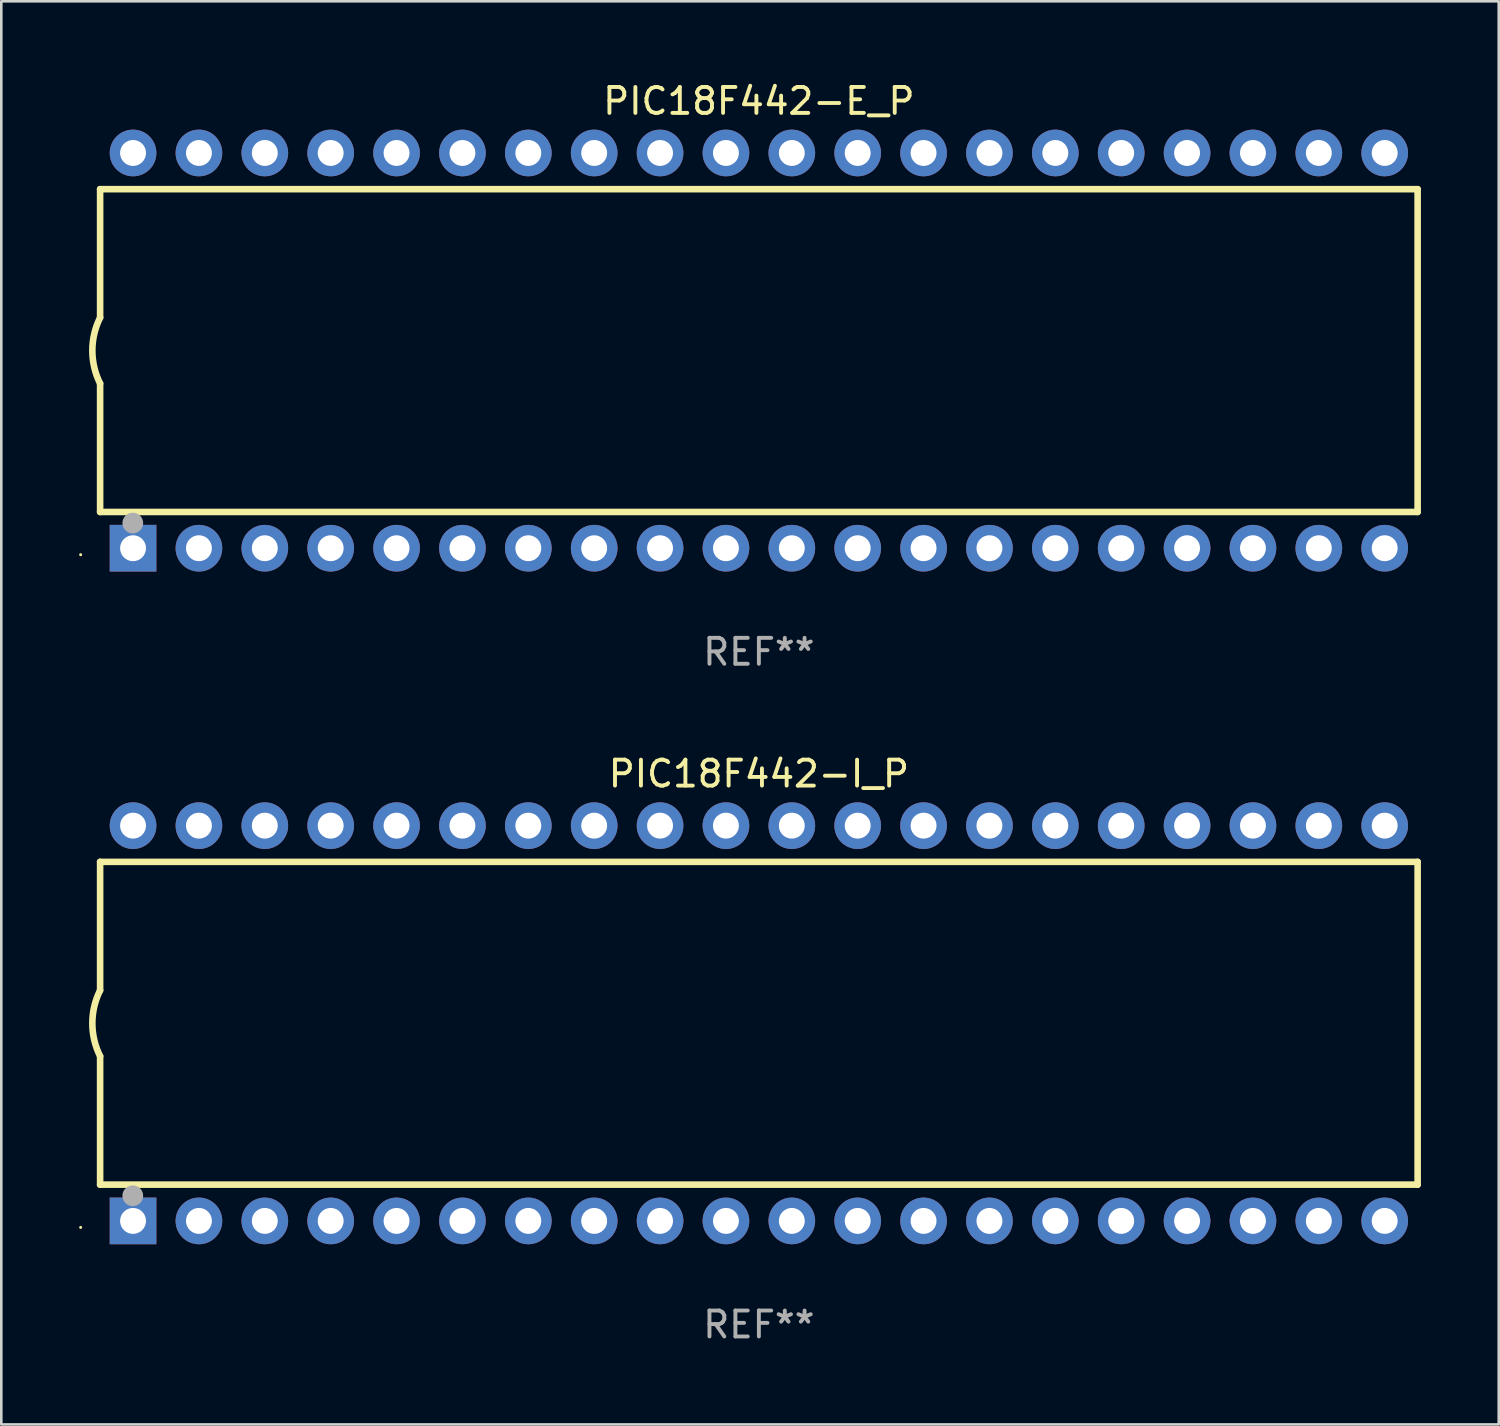
<source format=kicad_pcb>
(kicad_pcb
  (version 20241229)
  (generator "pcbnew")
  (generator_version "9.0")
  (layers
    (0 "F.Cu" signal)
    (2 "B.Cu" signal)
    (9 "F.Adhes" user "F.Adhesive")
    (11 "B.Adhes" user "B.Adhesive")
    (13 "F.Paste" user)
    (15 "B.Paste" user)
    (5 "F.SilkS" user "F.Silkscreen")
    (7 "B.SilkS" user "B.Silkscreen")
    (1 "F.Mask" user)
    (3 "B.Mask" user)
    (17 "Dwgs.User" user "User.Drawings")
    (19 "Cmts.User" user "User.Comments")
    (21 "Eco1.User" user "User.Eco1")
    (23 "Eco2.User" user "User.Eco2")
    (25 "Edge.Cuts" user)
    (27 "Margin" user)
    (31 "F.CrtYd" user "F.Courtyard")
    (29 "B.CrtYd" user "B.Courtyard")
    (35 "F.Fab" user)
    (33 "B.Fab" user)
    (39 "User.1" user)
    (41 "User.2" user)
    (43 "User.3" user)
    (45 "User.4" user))
  (footprint "PIC18F442-E_P"
    (layer "F.Cu")
    (at 26.21 10.468)
    (property "Reference" "PIC18F442-E_P" (at 0 -9.62 0) (layer "F.SilkS") (effects (font (size 1 1) (thickness 0.15))))
    (attr through_hole)
    (fp_line (start -25.4 -6.224) (end -25.4 -1.271) (stroke (width 0.254) (type solid)) (layer "F.SilkS"))
    (fp_line (start -25.4 -6.224) (end 25.4 -6.224) (stroke (width 0.254) (type solid)) (layer "F.SilkS"))
    (fp_line (start -25.4 1.269) (end -25.4 6.222) (stroke (width 0.254) (type solid)) (layer "F.SilkS"))
    (fp_line (start -25.4 6.222) (end 25.4 6.222) (stroke (width 0.254) (type solid)) (layer "F.SilkS"))
    (fp_line (start 25.4 6.222) (end 25.4 -6.224) (stroke (width 0.254) (type solid)) (layer "F.SilkS"))
    (fp_arc (start -25.4 1.269241) (mid -25.699807 -0.000762) (end -25.4 -1.270765) (stroke (width 0.254001) (type solid)) (layer "F.SilkS"))
    (fp_circle (center -26.15 7.87) (end -26.12 7.87) (stroke (width 0.06) (type solid)) (fill no) (layer "F.SilkS"))
    (fp_circle (center -24.14 6.65) (end -23.94 6.65) (stroke (width 0.4) (type solid)) (fill no) (layer "F.Fab"))
    (fp_text user "REF**" (at 0 11.62 0) (layer "F.Fab") (effects (font (size 1 1) (thickness 0.15))))
    (pad "1" thru_hole rect (at -24.13 7.62 90) (size 1.8 1.8) (drill 1) (layers "*.Cu" "*.Mask"))
    (pad "2" thru_hole circle (at -21.59 7.62) (size 1.8 1.8) (drill 1) (layers "*.Cu" "*.Mask"))
    (pad "3" thru_hole circle (at -19.05 7.62) (size 1.8 1.8) (drill 1) (layers "*.Cu" "*.Mask"))
    (pad "4" thru_hole circle (at -16.51 7.62) (size 1.8 1.8) (drill 1) (layers "*.Cu" "*.Mask"))
    (pad "5" thru_hole circle (at -13.97 7.62) (size 1.8 1.8) (drill 1) (layers "*.Cu" "*.Mask"))
    (pad "6" thru_hole circle (at -11.43 7.62) (size 1.8 1.8) (drill 1) (layers "*.Cu" "*.Mask"))
    (pad "7" thru_hole circle (at -8.89 7.62) (size 1.8 1.8) (drill 1) (layers "*.Cu" "*.Mask"))
    (pad "8" thru_hole circle (at -6.35 7.62) (size 1.8 1.8) (drill 1) (layers "*.Cu" "*.Mask"))
    (pad "9" thru_hole circle (at -3.81 7.62) (size 1.8 1.8) (drill 1) (layers "*.Cu" "*.Mask"))
    (pad "10" thru_hole circle (at -1.27 7.62) (size 1.8 1.8) (drill 1) (layers "*.Cu" "*.Mask"))
    (pad "11" thru_hole circle (at 1.27 7.62) (size 1.8 1.8) (drill 1) (layers "*.Cu" "*.Mask"))
    (pad "12" thru_hole circle (at 3.81 7.62) (size 1.8 1.8) (drill 1) (layers "*.Cu" "*.Mask"))
    (pad "13" thru_hole circle (at 6.35 7.62) (size 1.8 1.8) (drill 1) (layers "*.Cu" "*.Mask"))
    (pad "14" thru_hole circle (at 8.89 7.62) (size 1.8 1.8) (drill 1) (layers "*.Cu" "*.Mask"))
    (pad "15" thru_hole circle (at 11.43 7.62) (size 1.8 1.8) (drill 1) (layers "*.Cu" "*.Mask"))
    (pad "16" thru_hole circle (at 13.97 7.62) (size 1.8 1.8) (drill 1) (layers "*.Cu" "*.Mask"))
    (pad "17" thru_hole circle (at 16.51 7.62) (size 1.8 1.8) (drill 1) (layers "*.Cu" "*.Mask"))
    (pad "18" thru_hole circle (at 19.05 7.62) (size 1.8 1.8) (drill 1) (layers "*.Cu" "*.Mask"))
    (pad "19" thru_hole circle (at 21.59 7.62) (size 1.8 1.8) (drill 1) (layers "*.Cu" "*.Mask"))
    (pad "20" thru_hole circle (at 24.13 7.62) (size 1.8 1.8) (drill 1) (layers "*.Cu" "*.Mask"))
    (pad "21" thru_hole circle (at 24.13 -7.62) (size 1.8 1.8) (drill 1) (layers "*.Cu" "*.Mask"))
    (pad "22" thru_hole circle (at 21.59 -7.62) (size 1.8 1.8) (drill 1) (layers "*.Cu" "*.Mask"))
    (pad "23" thru_hole circle (at 19.05 -7.62) (size 1.8 1.8) (drill 1) (layers "*.Cu" "*.Mask"))
    (pad "24" thru_hole circle (at 16.51 -7.62) (size 1.8 1.8) (drill 1) (layers "*.Cu" "*.Mask"))
    (pad "25" thru_hole circle (at 13.97 -7.62) (size 1.8 1.8) (drill 1) (layers "*.Cu" "*.Mask"))
    (pad "26" thru_hole circle (at 11.43 -7.62) (size 1.8 1.8) (drill 1) (layers "*.Cu" "*.Mask"))
    (pad "27" thru_hole circle (at 8.89 -7.62) (size 1.8 1.8) (drill 1) (layers "*.Cu" "*.Mask"))
    (pad "28" thru_hole circle (at 6.35 -7.62) (size 1.8 1.8) (drill 1) (layers "*.Cu" "*.Mask"))
    (pad "29" thru_hole circle (at 3.81 -7.62) (size 1.8 1.8) (drill 1) (layers "*.Cu" "*.Mask"))
    (pad "30" thru_hole circle (at 1.27 -7.62) (size 1.8 1.8) (drill 1) (layers "*.Cu" "*.Mask"))
    (pad "31" thru_hole circle (at -1.27 -7.62) (size 1.8 1.8) (drill 1) (layers "*.Cu" "*.Mask"))
    (pad "32" thru_hole circle (at -3.81 -7.62) (size 1.8 1.8) (drill 1) (layers "*.Cu" "*.Mask"))
    (pad "33" thru_hole circle (at -6.35 -7.62) (size 1.8 1.8) (drill 1) (layers "*.Cu" "*.Mask"))
    (pad "34" thru_hole circle (at -8.89 -7.62) (size 1.8 1.8) (drill 1) (layers "*.Cu" "*.Mask"))
    (pad "35" thru_hole circle (at -11.43 -7.62) (size 1.8 1.8) (drill 1) (layers "*.Cu" "*.Mask"))
    (pad "36" thru_hole circle (at -13.97 -7.62) (size 1.8 1.8) (drill 1) (layers "*.Cu" "*.Mask"))
    (pad "37" thru_hole circle (at -16.51 -7.62) (size 1.8 1.8) (drill 1) (layers "*.Cu" "*.Mask"))
    (pad "38" thru_hole circle (at -19.05 -7.62) (size 1.8 1.8) (drill 1) (layers "*.Cu" "*.Mask"))
    (pad "39" thru_hole circle (at -21.59 -7.62) (size 1.8 1.8) (drill 1) (layers "*.Cu" "*.Mask"))
    (pad "40" thru_hole circle (at -24.13 -7.62) (size 1.8 1.8) (drill 1) (layers "*.Cu" "*.Mask")))
  (footprint "PIC18F442-I_P"
    (layer "F.Cu")
    (at 26.21 36.405)
    (property "Reference" "PIC18F442-I_P" (at 0 -9.62 0) (layer "F.SilkS") (effects (font (size 1 1) (thickness 0.15))))
    (attr through_hole)
    (fp_line (start -25.4 -6.224) (end -25.4 -1.271) (stroke (width 0.254) (type solid)) (layer "F.SilkS"))
    (fp_line (start -25.4 -6.224) (end 25.4 -6.224) (stroke (width 0.254) (type solid)) (layer "F.SilkS"))
    (fp_line (start -25.4 1.269) (end -25.4 6.222) (stroke (width 0.254) (type solid)) (layer "F.SilkS"))
    (fp_line (start -25.4 6.222) (end 25.4 6.222) (stroke (width 0.254) (type solid)) (layer "F.SilkS"))
    (fp_line (start 25.4 6.222) (end 25.4 -6.224) (stroke (width 0.254) (type solid)) (layer "F.SilkS"))
    (fp_arc (start -25.4 1.269241) (mid -25.699807 -0.000762) (end -25.4 -1.270765) (stroke (width 0.254001) (type solid)) (layer "F.SilkS"))
    (fp_circle (center -26.15 7.87) (end -26.12 7.87) (stroke (width 0.06) (type solid)) (fill no) (layer "F.SilkS"))
    (fp_circle (center -24.14 6.65) (end -23.94 6.65) (stroke (width 0.4) (type solid)) (fill no) (layer "F.Fab"))
    (fp_text user "REF**" (at 0 11.62 0) (layer "F.Fab") (effects (font (size 1 1) (thickness 0.15))))
    (pad "1" thru_hole rect (at -24.13 7.62 90) (size 1.8 1.8) (drill 1) (layers "*.Cu" "*.Mask"))
    (pad "2" thru_hole circle (at -21.59 7.62) (size 1.8 1.8) (drill 1) (layers "*.Cu" "*.Mask"))
    (pad "3" thru_hole circle (at -19.05 7.62) (size 1.8 1.8) (drill 1) (layers "*.Cu" "*.Mask"))
    (pad "4" thru_hole circle (at -16.51 7.62) (size 1.8 1.8) (drill 1) (layers "*.Cu" "*.Mask"))
    (pad "5" thru_hole circle (at -13.97 7.62) (size 1.8 1.8) (drill 1) (layers "*.Cu" "*.Mask"))
    (pad "6" thru_hole circle (at -11.43 7.62) (size 1.8 1.8) (drill 1) (layers "*.Cu" "*.Mask"))
    (pad "7" thru_hole circle (at -8.89 7.62) (size 1.8 1.8) (drill 1) (layers "*.Cu" "*.Mask"))
    (pad "8" thru_hole circle (at -6.35 7.62) (size 1.8 1.8) (drill 1) (layers "*.Cu" "*.Mask"))
    (pad "9" thru_hole circle (at -3.81 7.62) (size 1.8 1.8) (drill 1) (layers "*.Cu" "*.Mask"))
    (pad "10" thru_hole circle (at -1.27 7.62) (size 1.8 1.8) (drill 1) (layers "*.Cu" "*.Mask"))
    (pad "11" thru_hole circle (at 1.27 7.62) (size 1.8 1.8) (drill 1) (layers "*.Cu" "*.Mask"))
    (pad "12" thru_hole circle (at 3.81 7.62) (size 1.8 1.8) (drill 1) (layers "*.Cu" "*.Mask"))
    (pad "13" thru_hole circle (at 6.35 7.62) (size 1.8 1.8) (drill 1) (layers "*.Cu" "*.Mask"))
    (pad "14" thru_hole circle (at 8.89 7.62) (size 1.8 1.8) (drill 1) (layers "*.Cu" "*.Mask"))
    (pad "15" thru_hole circle (at 11.43 7.62) (size 1.8 1.8) (drill 1) (layers "*.Cu" "*.Mask"))
    (pad "16" thru_hole circle (at 13.97 7.62) (size 1.8 1.8) (drill 1) (layers "*.Cu" "*.Mask"))
    (pad "17" thru_hole circle (at 16.51 7.62) (size 1.8 1.8) (drill 1) (layers "*.Cu" "*.Mask"))
    (pad "18" thru_hole circle (at 19.05 7.62) (size 1.8 1.8) (drill 1) (layers "*.Cu" "*.Mask"))
    (pad "19" thru_hole circle (at 21.59 7.62) (size 1.8 1.8) (drill 1) (layers "*.Cu" "*.Mask"))
    (pad "20" thru_hole circle (at 24.13 7.62) (size 1.8 1.8) (drill 1) (layers "*.Cu" "*.Mask"))
    (pad "21" thru_hole circle (at 24.13 -7.62) (size 1.8 1.8) (drill 1) (layers "*.Cu" "*.Mask"))
    (pad "22" thru_hole circle (at 21.59 -7.62) (size 1.8 1.8) (drill 1) (layers "*.Cu" "*.Mask"))
    (pad "23" thru_hole circle (at 19.05 -7.62) (size 1.8 1.8) (drill 1) (layers "*.Cu" "*.Mask"))
    (pad "24" thru_hole circle (at 16.51 -7.62) (size 1.8 1.8) (drill 1) (layers "*.Cu" "*.Mask"))
    (pad "25" thru_hole circle (at 13.97 -7.62) (size 1.8 1.8) (drill 1) (layers "*.Cu" "*.Mask"))
    (pad "26" thru_hole circle (at 11.43 -7.62) (size 1.8 1.8) (drill 1) (layers "*.Cu" "*.Mask"))
    (pad "27" thru_hole circle (at 8.89 -7.62) (size 1.8 1.8) (drill 1) (layers "*.Cu" "*.Mask"))
    (pad "28" thru_hole circle (at 6.35 -7.62) (size 1.8 1.8) (drill 1) (layers "*.Cu" "*.Mask"))
    (pad "29" thru_hole circle (at 3.81 -7.62) (size 1.8 1.8) (drill 1) (layers "*.Cu" "*.Mask"))
    (pad "30" thru_hole circle (at 1.27 -7.62) (size 1.8 1.8) (drill 1) (layers "*.Cu" "*.Mask"))
    (pad "31" thru_hole circle (at -1.27 -7.62) (size 1.8 1.8) (drill 1) (layers "*.Cu" "*.Mask"))
    (pad "32" thru_hole circle (at -3.81 -7.62) (size 1.8 1.8) (drill 1) (layers "*.Cu" "*.Mask"))
    (pad "33" thru_hole circle (at -6.35 -7.62) (size 1.8 1.8) (drill 1) (layers "*.Cu" "*.Mask"))
    (pad "34" thru_hole circle (at -8.89 -7.62) (size 1.8 1.8) (drill 1) (layers "*.Cu" "*.Mask"))
    (pad "35" thru_hole circle (at -11.43 -7.62) (size 1.8 1.8) (drill 1) (layers "*.Cu" "*.Mask"))
    (pad "36" thru_hole circle (at -13.97 -7.62) (size 1.8 1.8) (drill 1) (layers "*.Cu" "*.Mask"))
    (pad "37" thru_hole circle (at -16.51 -7.62) (size 1.8 1.8) (drill 1) (layers "*.Cu" "*.Mask"))
    (pad "38" thru_hole circle (at -19.05 -7.62) (size 1.8 1.8) (drill 1) (layers "*.Cu" "*.Mask"))
    (pad "39" thru_hole circle (at -21.59 -7.62) (size 1.8 1.8) (drill 1) (layers "*.Cu" "*.Mask"))
    (pad "40" thru_hole circle (at -24.13 -7.62) (size 1.8 1.8) (drill 1) (layers "*.Cu" "*.Mask")))
  (gr_rect
    (start -3 -3)
    (end 54.737 51.873)
    (stroke (width 0.1) (type default))
    (fill no)
    (layer "Edge.Cuts")))
</source>
